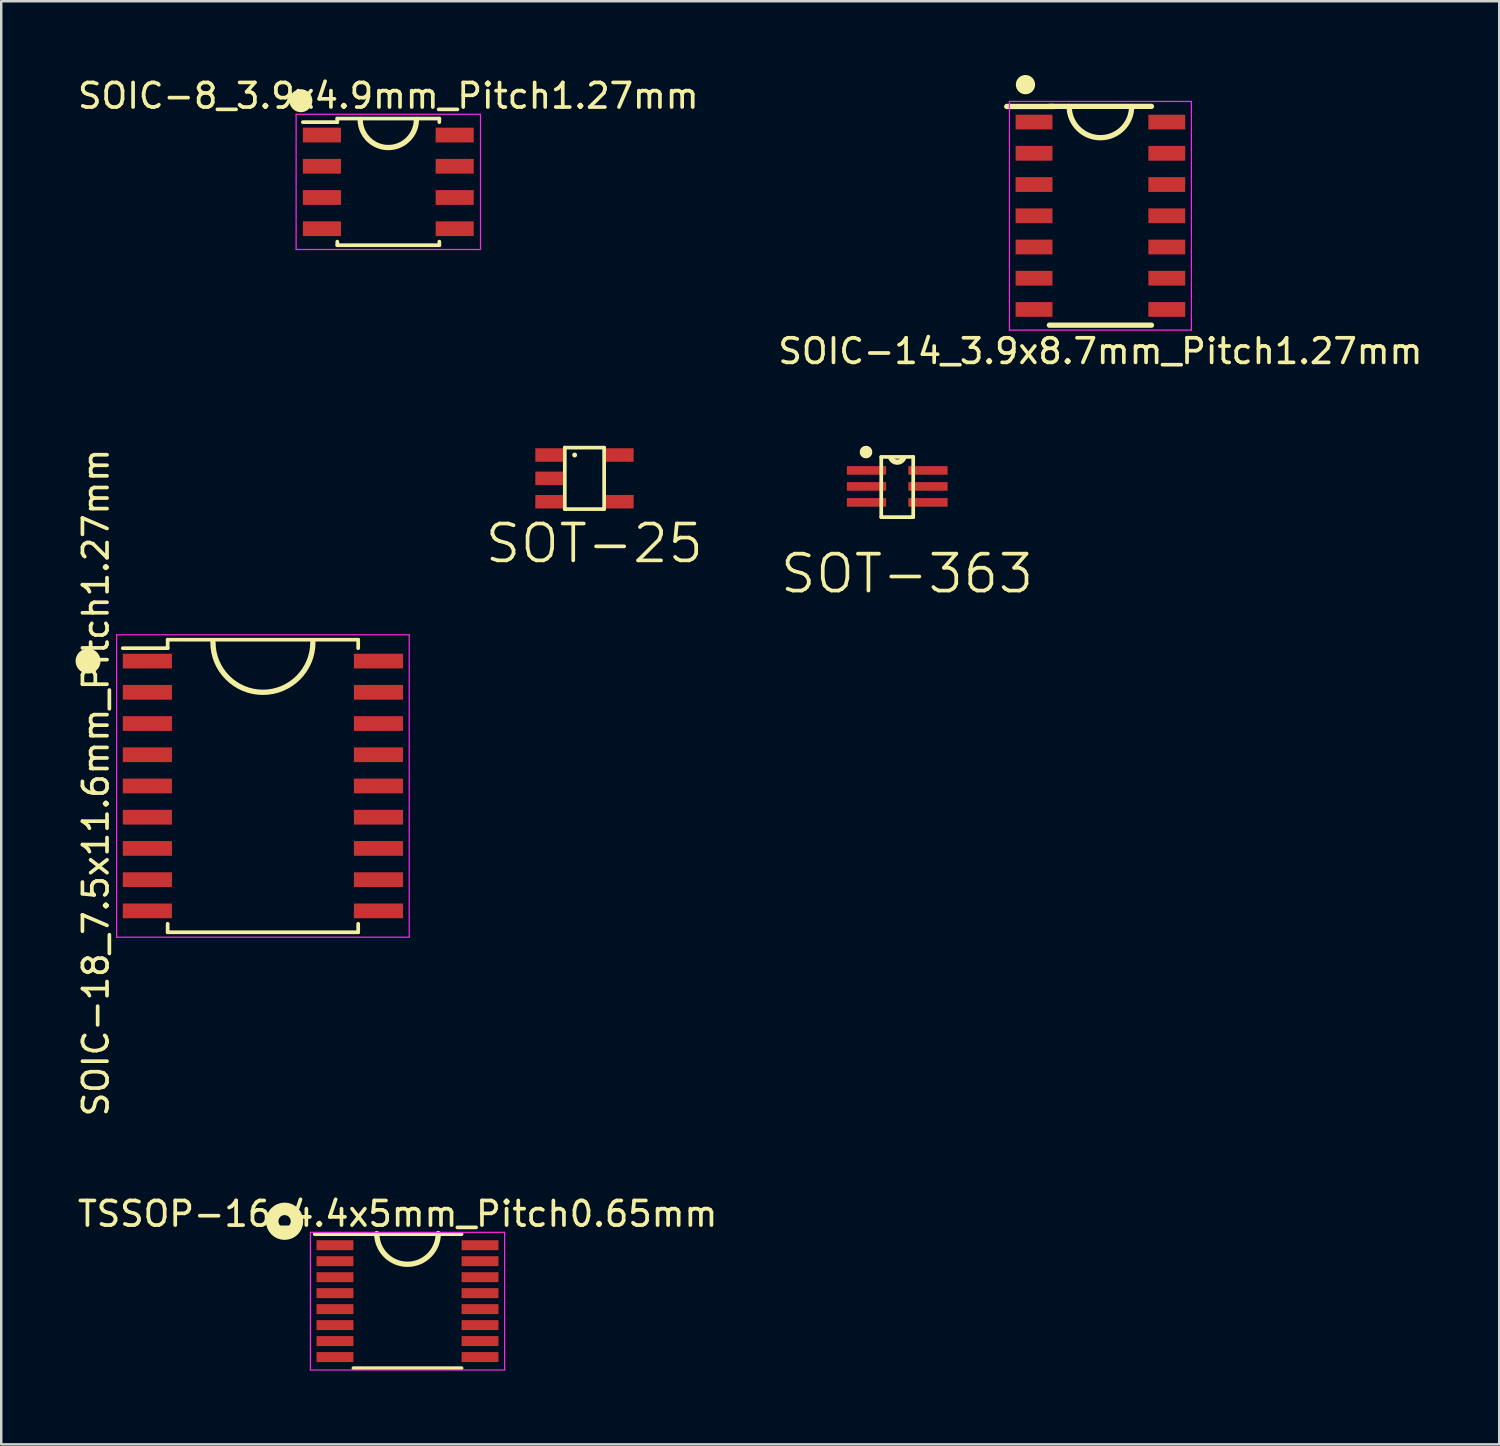
<source format=kicad_pcb>
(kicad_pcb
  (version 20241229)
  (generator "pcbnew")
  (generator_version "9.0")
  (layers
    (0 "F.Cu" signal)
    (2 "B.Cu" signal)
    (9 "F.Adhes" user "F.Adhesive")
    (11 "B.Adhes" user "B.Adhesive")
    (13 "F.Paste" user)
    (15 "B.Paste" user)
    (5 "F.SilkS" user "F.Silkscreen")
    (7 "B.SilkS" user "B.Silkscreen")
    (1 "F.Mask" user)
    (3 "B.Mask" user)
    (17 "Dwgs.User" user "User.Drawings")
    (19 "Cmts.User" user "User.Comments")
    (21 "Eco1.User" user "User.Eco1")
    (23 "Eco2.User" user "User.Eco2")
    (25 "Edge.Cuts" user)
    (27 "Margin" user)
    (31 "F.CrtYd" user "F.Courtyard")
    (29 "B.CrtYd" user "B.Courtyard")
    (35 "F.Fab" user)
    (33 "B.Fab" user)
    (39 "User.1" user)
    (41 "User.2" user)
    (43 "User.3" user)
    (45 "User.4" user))
  (footprint "SOIC-8_3.9x4.9mm_Pitch1.27mm"
    (layer "F.Cu")
    (at 12.744 4.348)
    (property "Reference" "SOIC-8_3.9x4.9mm_Pitch1.27mm" (at 0 -3.5 0) (layer "F.SilkS") (effects (font (size 1 1) (thickness 0.15))))
    (attr smd)
    (fp_line (start -3.556 -3.175) (end -3.556 -3.429) (stroke (width 0.216) (type solid)) (layer "F.SilkS"))
    (fp_line (start -2.075 -2.575) (end -2.075 -2.43) (stroke (width 0.15) (type solid)) (layer "F.SilkS"))
    (fp_line (start -2.075 -2.575) (end 2.075 -2.575) (stroke (width 0.15) (type solid)) (layer "F.SilkS"))
    (fp_line (start -2.075 -2.43) (end -3.475 -2.43) (stroke (width 0.15) (type solid)) (layer "F.SilkS"))
    (fp_line (start -2.075 2.575) (end -2.075 2.43) (stroke (width 0.15) (type solid)) (layer "F.SilkS"))
    (fp_line (start -2.075 2.575) (end 2.075 2.575) (stroke (width 0.15) (type solid)) (layer "F.SilkS"))
    (fp_line (start 2.075 -2.575) (end 2.075 -2.43) (stroke (width 0.15) (type solid)) (layer "F.SilkS"))
    (fp_line (start 2.075 2.575) (end 2.075 2.43) (stroke (width 0.15) (type solid)) (layer "F.SilkS"))
    (fp_arc (start 1.143 -2.54) (mid 0 -1.397) (end -1.143 -2.54) (stroke (width 0.2159) (type solid)) (layer "F.SilkS"))
    (fp_circle (center -3.556 -3.302) (end -3.81 -3.556) (stroke (width 0.216) (type solid)) (fill no) (layer "F.SilkS"))
    (fp_circle (center -3.556 -3.302) (end -3.683 -3.429) (stroke (width 0.216) (type solid)) (fill no) (layer "F.SilkS"))
    (fp_line (start -3.75 -2.75) (end -3.75 2.75) (stroke (width 0.05) (type solid)) (layer "F.CrtYd"))
    (fp_line (start -3.75 -2.75) (end 3.75 -2.75) (stroke (width 0.05) (type solid)) (layer "F.CrtYd"))
    (fp_line (start -3.75 2.75) (end 3.75 2.75) (stroke (width 0.05) (type solid)) (layer "F.CrtYd"))
    (fp_line (start 3.75 -2.75) (end 3.75 2.75) (stroke (width 0.05) (type solid)) (layer "F.CrtYd"))
    (pad "1" smd rect (at -2.7 -1.905) (size 1.55 0.6) (layers "F.Cu" "F.Mask" "F.Paste"))
    (pad "2" smd rect (at -2.7 -0.635) (size 1.55 0.6) (layers "F.Cu" "F.Mask" "F.Paste"))
    (pad "3" smd rect (at -2.7 0.635) (size 1.55 0.6) (layers "F.Cu" "F.Mask" "F.Paste"))
    (pad "4" smd rect (at -2.7 1.905) (size 1.55 0.6) (layers "F.Cu" "F.Mask" "F.Paste"))
    (pad "5" smd rect (at 2.7 1.905) (size 1.55 0.6) (layers "F.Cu" "F.Mask" "F.Paste"))
    (pad "6" smd rect (at 2.7 0.635) (size 1.55 0.6) (layers "F.Cu" "F.Mask" "F.Paste"))
    (pad "7" smd rect (at 2.7 -0.635) (size 1.55 0.6) (layers "F.Cu" "F.Mask" "F.Paste"))
    (pad "8" smd rect (at 2.7 -1.905) (size 1.55 0.6) (layers "F.Cu" "F.Mask" "F.Paste")))
  (footprint "SOT-25"
    (layer "F.Cu")
    (at 20.723 16.357)
    (property "Reference" "SOT-25" (at 0.4 2.7 0) (layer "F.SilkS") (effects (font (size 1.5 1.5) (thickness 0.15))))
    (attr through_hole)
    (fp_line (start -0.8 -1.2) (end -0.8 1.3) (stroke (width 0.15) (type solid)) (layer "F.SilkS"))
    (fp_line (start -0.8 1.3) (end 0.8 1.3) (stroke (width 0.15) (type solid)) (layer "F.SilkS"))
    (fp_line (start -0.4 -0.9) (end -0.4 -0.9) (stroke (width 0.2) (type solid)) (layer "F.SilkS"))
    (fp_line (start 0.8 -1.2) (end -0.8 -1.2) (stroke (width 0.15) (type solid)) (layer "F.SilkS"))
    (fp_line (start 0.8 1.3) (end 0.8 -1.2) (stroke (width 0.15) (type solid)) (layer "F.SilkS"))
    (pad "1" smd rect (at -1.4 -0.9 90) (size 0.55 1.2) (layers "F.Cu" "F.Mask" "F.Paste"))
    (pad "2" smd rect (at -1.4 0.05 90) (size 0.55 1.2) (layers "F.Cu" "F.Mask" "F.Paste"))
    (pad "3" smd rect (at -1.4 1 90) (size 0.55 1.2) (layers "F.Cu" "F.Mask" "F.Paste"))
    (pad "4" smd rect (at 1.4 1 90) (size 0.55 1.2) (layers "F.Cu" "F.Mask" "F.Paste"))
    (pad "5" smd rect (at 1.4 -0.9 90) (size 0.55 1.2) (layers "F.Cu" "F.Mask" "F.Paste")))
  (footprint "SOIC-18_7.5x11.6mm_Pitch1.27mm"
    (layer "F.Cu")
    (at 7.644 28.919)
    (property "Reference" "SOIC-18_7.5x11.6mm_Pitch1.27mm" (at -6.796 -0.14 90) (layer "F.SilkS") (effects (font (size 1 1) (thickness 0.15))))
    (attr smd)
    (fp_line (start -3.875 -5.95) (end -3.875 -5.605) (stroke (width 0.15) (type solid)) (layer "F.SilkS"))
    (fp_line (start -3.875 -5.95) (end 3.875 -5.95) (stroke (width 0.15) (type solid)) (layer "F.SilkS"))
    (fp_line (start -3.875 -5.605) (end -5.7 -5.605) (stroke (width 0.15) (type solid)) (layer "F.SilkS"))
    (fp_line (start -3.875 5.95) (end -3.875 5.605) (stroke (width 0.15) (type solid)) (layer "F.SilkS"))
    (fp_line (start -3.875 5.95) (end 3.875 5.95) (stroke (width 0.15) (type solid)) (layer "F.SilkS"))
    (fp_line (start 3.875 -5.95) (end 3.875 -5.605) (stroke (width 0.15) (type solid)) (layer "F.SilkS"))
    (fp_line (start 3.875 5.95) (end 3.875 5.605) (stroke (width 0.15) (type solid)) (layer "F.SilkS"))
    (fp_arc (start 2.032 -5.842) (mid 0 -3.81) (end -2.032 -5.842) (stroke (width 0.2159) (type solid)) (layer "F.SilkS"))
    (fp_circle (center -7.112 -5.08) (end -7.112 -4.826) (stroke (width 0.508) (type solid)) (fill no) (layer "F.SilkS"))
    (fp_line (start -5.95 -6.15) (end -5.95 6.15) (stroke (width 0.05) (type solid)) (layer "F.CrtYd"))
    (fp_line (start -5.95 -6.15) (end 5.95 -6.15) (stroke (width 0.05) (type solid)) (layer "F.CrtYd"))
    (fp_line (start -5.95 6.15) (end 5.95 6.15) (stroke (width 0.05) (type solid)) (layer "F.CrtYd"))
    (fp_line (start 5.95 -6.15) (end 5.95 6.15) (stroke (width 0.05) (type solid)) (layer "F.CrtYd"))
    (pad "1" smd rect (at -4.7 -5.08) (size 2 0.6) (layers "F.Cu" "F.Mask" "F.Paste"))
    (pad "2" smd rect (at -4.7 -3.81) (size 2 0.6) (layers "F.Cu" "F.Mask" "F.Paste"))
    (pad "3" smd rect (at -4.7 -2.54) (size 2 0.6) (layers "F.Cu" "F.Mask" "F.Paste"))
    (pad "4" smd rect (at -4.7 -1.27) (size 2 0.6) (layers "F.Cu" "F.Mask" "F.Paste"))
    (pad "5" smd rect (at -4.7 0) (size 2 0.6) (layers "F.Cu" "F.Mask" "F.Paste"))
    (pad "6" smd rect (at -4.7 1.27) (size 2 0.6) (layers "F.Cu" "F.Mask" "F.Paste"))
    (pad "7" smd rect (at -4.7 2.54) (size 2 0.6) (layers "F.Cu" "F.Mask" "F.Paste"))
    (pad "8" smd rect (at -4.7 3.81) (size 2 0.6) (layers "F.Cu" "F.Mask" "F.Paste"))
    (pad "9" smd rect (at -4.7 5.08) (size 2 0.6) (layers "F.Cu" "F.Mask" "F.Paste"))
    (pad "10" smd rect (at 4.7 5.08) (size 2 0.6) (layers "F.Cu" "F.Mask" "F.Paste"))
    (pad "11" smd rect (at 4.7 3.81) (size 2 0.6) (layers "F.Cu" "F.Mask" "F.Paste"))
    (pad "12" smd rect (at 4.7 2.54) (size 2 0.6) (layers "F.Cu" "F.Mask" "F.Paste"))
    (pad "13" smd rect (at 4.7 1.27) (size 2 0.6) (layers "F.Cu" "F.Mask" "F.Paste"))
    (pad "14" smd rect (at 4.7 0) (size 2 0.6) (layers "F.Cu" "F.Mask" "F.Paste"))
    (pad "15" smd rect (at 4.7 -1.27) (size 2 0.6) (layers "F.Cu" "F.Mask" "F.Paste"))
    (pad "16" smd rect (at 4.7 -2.54) (size 2 0.6) (layers "F.Cu" "F.Mask" "F.Paste"))
    (pad "17" smd rect (at 4.7 -3.81) (size 2 0.6) (layers "F.Cu" "F.Mask" "F.Paste"))
    (pad "18" smd rect (at 4.7 -5.08) (size 2 0.6) (layers "F.Cu" "F.Mask" "F.Paste")))
  (footprint "TSSOP-16_4.4x5mm_Pitch0.65mm"
    (layer "F.Cu")
    (at 13.525 49.873)
    (property "Reference" "TSSOP-16_4.4x5mm_Pitch0.65mm" (at -0.4 -3.55 0) (layer "F.SilkS") (effects (font (size 1 1) (thickness 0.15))))
    (attr smd)
    (fp_line (start -3.775 -2.725) (end 2.2 -2.725) (stroke (width 0.15) (type solid)) (layer "F.SilkS"))
    (fp_line (start -2.2 2.725) (end 2.2 2.725) (stroke (width 0.15) (type solid)) (layer "F.SilkS"))
    (fp_arc (start 1.25 -2.75) (mid 0 -1.5) (end -1.25 -2.75) (stroke (width 0.2159) (type solid)) (layer "F.SilkS"))
    (fp_circle (center -5 -3.25) (end -4.75 -3.25) (stroke (width 0.508) (type solid)) (fill no) (layer "F.SilkS"))
    (fp_line (start -3.95 -2.8) (end -3.95 2.8) (stroke (width 0.05) (type solid)) (layer "F.CrtYd"))
    (fp_line (start -3.95 -2.8) (end 3.95 -2.8) (stroke (width 0.05) (type solid)) (layer "F.CrtYd"))
    (fp_line (start -3.95 2.8) (end 3.95 2.8) (stroke (width 0.05) (type solid)) (layer "F.CrtYd"))
    (fp_line (start 3.95 -2.8) (end 3.95 2.8) (stroke (width 0.05) (type solid)) (layer "F.CrtYd"))
    (pad "1" smd rect (at -2.95 -2.275) (size 1.5 0.406) (layers "F.Cu" "F.Mask" "F.Paste"))
    (pad "2" smd rect (at -2.95 -1.625) (size 1.5 0.406) (layers "F.Cu" "F.Mask" "F.Paste"))
    (pad "3" smd rect (at -2.95 -0.975) (size 1.5 0.406) (layers "F.Cu" "F.Mask" "F.Paste"))
    (pad "4" smd rect (at -2.95 -0.325) (size 1.5 0.406) (layers "F.Cu" "F.Mask" "F.Paste"))
    (pad "5" smd rect (at -2.95 0.325) (size 1.5 0.406) (layers "F.Cu" "F.Mask" "F.Paste"))
    (pad "6" smd rect (at -2.95 0.975) (size 1.5 0.406) (layers "F.Cu" "F.Mask" "F.Paste"))
    (pad "7" smd rect (at -2.95 1.625) (size 1.5 0.406) (layers "F.Cu" "F.Mask" "F.Paste"))
    (pad "8" smd rect (at -2.95 2.275) (size 1.5 0.406) (layers "F.Cu" "F.Mask" "F.Paste"))
    (pad "9" smd rect (at 2.95 2.275) (size 1.5 0.406) (layers "F.Cu" "F.Mask" "F.Paste"))
    (pad "10" smd rect (at 2.95 1.625) (size 1.5 0.406) (layers "F.Cu" "F.Mask" "F.Paste"))
    (pad "11" smd rect (at 2.95 0.975) (size 1.5 0.406) (layers "F.Cu" "F.Mask" "F.Paste"))
    (pad "12" smd rect (at 2.95 0.325) (size 1.5 0.406) (layers "F.Cu" "F.Mask" "F.Paste"))
    (pad "13" smd rect (at 2.95 -0.325) (size 1.5 0.406) (layers "F.Cu" "F.Mask" "F.Paste"))
    (pad "14" smd rect (at 2.95 -0.975) (size 1.5 0.406) (layers "F.Cu" "F.Mask" "F.Paste"))
    (pad "15" smd rect (at 2.95 -1.625) (size 1.5 0.406) (layers "F.Cu" "F.Mask" "F.Paste"))
    (pad "16" smd rect (at 2.95 -2.275) (size 1.5 0.406) (layers "F.Cu" "F.Mask" "F.Paste")))
  (footprint "SOT-363"
    (layer "F.Cu")
    (at 33.444 16.734)
    (property "Reference" "SOT-363" (at 0.4 3.55 0) (layer "F.SilkS") (effects (font (size 1.5 1.5) (thickness 0.15))))
    (attr through_hole)
    (fp_line (start -1.27 -1.524) (end -1.27 -1.27) (stroke (width 0.216) (type solid)) (layer "F.SilkS"))
    (fp_line (start -0.65 -1.2) (end -0.65 1.25) (stroke (width 0.15) (type solid)) (layer "F.SilkS"))
    (fp_line (start -0.65 1.25) (end 0.65 1.25) (stroke (width 0.15) (type solid)) (layer "F.SilkS"))
    (fp_line (start 0.65 -1.2) (end -0.65 -1.2) (stroke (width 0.15) (type solid)) (layer "F.SilkS"))
    (fp_line (start 0.65 1.25) (end 0.65 -1.2) (stroke (width 0.15) (type solid)) (layer "F.SilkS"))
    (fp_arc (start 0.254 -1.143) (mid 0 -0.986019) (end -0.254 -1.143) (stroke (width 0.2159) (type solid)) (layer "F.SilkS"))
    (fp_circle (center -1.27 -1.397) (end -1.143 -1.397) (stroke (width 0.216) (type solid)) (fill no) (layer "F.SilkS"))
    (fp_circle (center -1.27 -1.397) (end -1.143 -1.27) (stroke (width 0.15) (type solid)) (fill no) (layer "F.SilkS"))
    (pad "1" smd rect (at -1.45 -0.65 90) (size 0.35 1.6) (drill (offset 0 0.2)) (layers "F.Cu" "F.Mask" "F.Paste"))
    (pad "2" smd rect (at -1.45 0 90) (size 0.35 1.6) (drill (offset 0 0.2)) (layers "F.Cu" "F.Mask" "F.Paste"))
    (pad "3" smd rect (at -1.45 0.65 90) (size 0.35 1.6) (drill (offset 0 0.2)) (layers "F.Cu" "F.Mask" "F.Paste"))
    (pad "4" smd rect (at 1.45 0.65 90) (size 0.35 1.6) (drill (offset 0 -0.2)) (layers "F.Cu" "F.Mask" "F.Paste"))
    (pad "5" smd rect (at 1.45 0 90) (size 0.35 1.6) (drill (offset 0 -0.2)) (layers "F.Cu" "F.Mask" "F.Paste"))
    (pad "6" smd rect (at 1.45 -0.65 90) (size 0.35 1.6) (drill (offset 0 -0.2)) (layers "F.Cu" "F.Mask" "F.Paste")))
  (footprint "SOIC-14_3.9x8.7mm_Pitch1.27mm"
    (layer "F.Cu")
    (at 41.708 5.726)
    (property "Reference" "SOIC-14_3.9x8.7mm_Pitch1.27mm" (at 0 5.508 0) (layer "F.SilkS") (effects (font (size 1 1) (thickness 0.15))))
    (attr smd)
    (fp_line (start -3.048 -5.588) (end -3.048 -5.207) (stroke (width 0.216) (type solid)) (layer "F.SilkS"))
    (fp_line (start -2.075 -4.45) (end 2.075 -4.45) (stroke (width 0.216) (type solid)) (layer "F.SilkS"))
    (fp_line (start -2.075 4.45) (end 2.075 4.45) (stroke (width 0.216) (type solid)) (layer "F.SilkS"))
    (fp_line (start -1.905 -4.445) (end -3.81 -4.445) (stroke (width 0.216) (type solid)) (layer "F.SilkS"))
    (fp_arc (start 1.27 -4.445) (mid 0 -3.175) (end -1.27 -4.445) (stroke (width 0.2159) (type solid)) (layer "F.SilkS"))
    (fp_circle (center -3.048 -5.334) (end -3.302 -5.461) (stroke (width 0.216) (type solid)) (fill no) (layer "F.SilkS"))
    (fp_circle (center -3.048 -5.334) (end -3.048 -5.461) (stroke (width 0.216) (type solid)) (fill no) (layer "F.SilkS"))
    (fp_line (start -3.7 -4.65) (end -3.7 4.65) (stroke (width 0.05) (type solid)) (layer "F.CrtYd"))
    (fp_line (start -3.7 -4.65) (end 3.7 -4.65) (stroke (width 0.05) (type solid)) (layer "F.CrtYd"))
    (fp_line (start -3.7 4.65) (end 3.7 4.65) (stroke (width 0.05) (type solid)) (layer "F.CrtYd"))
    (fp_line (start 3.7 -4.65) (end 3.7 4.65) (stroke (width 0.05) (type solid)) (layer "F.CrtYd"))
    (pad "1" smd rect (at -2.7 -3.81) (size 1.5 0.6) (layers "F.Cu" "F.Mask" "F.Paste"))
    (pad "2" smd rect (at -2.7 -2.54) (size 1.5 0.6) (layers "F.Cu" "F.Mask" "F.Paste"))
    (pad "3" smd rect (at -2.7 -1.27) (size 1.5 0.6) (layers "F.Cu" "F.Mask" "F.Paste"))
    (pad "4" smd rect (at -2.7 0) (size 1.5 0.6) (layers "F.Cu" "F.Mask" "F.Paste"))
    (pad "5" smd rect (at -2.7 1.27) (size 1.5 0.6) (layers "F.Cu" "F.Mask" "F.Paste"))
    (pad "6" smd rect (at -2.7 2.54) (size 1.5 0.6) (layers "F.Cu" "F.Mask" "F.Paste"))
    (pad "7" smd rect (at -2.7 3.81) (size 1.5 0.6) (layers "F.Cu" "F.Mask" "F.Paste"))
    (pad "8" smd rect (at 2.7 3.81) (size 1.5 0.6) (layers "F.Cu" "F.Mask" "F.Paste"))
    (pad "9" smd rect (at 2.7 2.54) (size 1.5 0.6) (layers "F.Cu" "F.Mask" "F.Paste"))
    (pad "10" smd rect (at 2.7 1.27) (size 1.5 0.6) (layers "F.Cu" "F.Mask" "F.Paste"))
    (pad "11" smd rect (at 2.7 0) (size 1.5 0.6) (layers "F.Cu" "F.Mask" "F.Paste"))
    (pad "12" smd rect (at 2.7 -1.27) (size 1.5 0.6) (layers "F.Cu" "F.Mask" "F.Paste"))
    (pad "13" smd rect (at 2.7 -2.54) (size 1.5 0.6) (layers "F.Cu" "F.Mask" "F.Paste"))
    (pad "14" smd rect (at 2.7 -3.81) (size 1.5 0.6) (layers "F.Cu" "F.Mask" "F.Paste")))
  (gr_rect
    (start -3 -3)
    (end 57.929 55.698)
    (stroke (width 0.1) (type default))
    (fill no)
    (layer "Edge.Cuts")))
</source>
